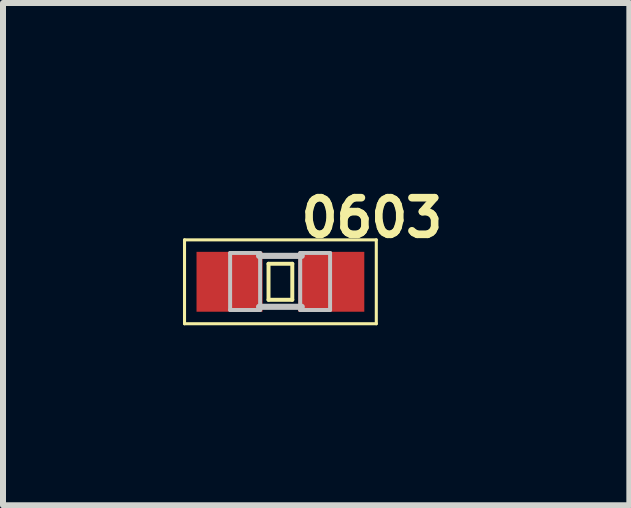
<source format=kicad_pcb>
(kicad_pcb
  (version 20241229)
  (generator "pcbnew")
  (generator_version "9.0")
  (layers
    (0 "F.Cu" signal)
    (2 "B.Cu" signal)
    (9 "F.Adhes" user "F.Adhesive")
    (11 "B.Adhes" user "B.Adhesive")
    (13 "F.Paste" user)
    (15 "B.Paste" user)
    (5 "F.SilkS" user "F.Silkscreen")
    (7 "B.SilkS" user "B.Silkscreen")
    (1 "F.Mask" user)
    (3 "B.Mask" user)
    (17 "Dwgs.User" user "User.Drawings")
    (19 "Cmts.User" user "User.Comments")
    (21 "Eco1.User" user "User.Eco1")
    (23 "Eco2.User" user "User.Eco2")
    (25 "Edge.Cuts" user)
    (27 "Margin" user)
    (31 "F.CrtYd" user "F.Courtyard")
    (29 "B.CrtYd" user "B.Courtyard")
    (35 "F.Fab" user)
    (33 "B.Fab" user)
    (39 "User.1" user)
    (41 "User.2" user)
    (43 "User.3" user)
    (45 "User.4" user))
  (footprint "0603"
    (layer "F.Cu")
    (at 1.623 1.646)
    (property "Reference" "0603" (at 1.524 -1.067 0) (layer "F.SilkS") (effects (font (size 0.61 0.61) (thickness 0.127))))
    (attr smd)
    (fp_line (start -1.598 -0.699) (end 1.598 -0.699) (stroke (width 0.051) (type solid)) (layer "F.SilkS"))
    (fp_line (start -1.598 0.699) (end -1.598 -0.699) (stroke (width 0.051) (type solid)) (layer "F.SilkS"))
    (fp_line (start -0.198 -0.3) (end 0.198 -0.3) (stroke (width 0.066) (type solid)) (layer "F.SilkS"))
    (fp_line (start -0.198 0.3) (end -0.198 -0.3) (stroke (width 0.066) (type solid)) (layer "F.SilkS"))
    (fp_line (start -0.198 0.3) (end 0.198 0.3) (stroke (width 0.066) (type solid)) (layer "F.SilkS"))
    (fp_line (start 0.198 0.3) (end 0.198 -0.3) (stroke (width 0.066) (type solid)) (layer "F.SilkS"))
    (fp_line (start 1.598 -0.699) (end 1.598 0.699) (stroke (width 0.051) (type solid)) (layer "F.SilkS"))
    (fp_line (start 1.598 0.699) (end -1.598 0.699) (stroke (width 0.051) (type solid)) (layer "F.SilkS"))
    (fp_line (start -0.838 -0.48) (end -0.338 -0.48) (stroke (width 0.066) (type solid)) (layer "Dwgs.User"))
    (fp_line (start -0.838 0.47) (end -0.838 -0.48) (stroke (width 0.066) (type solid)) (layer "Dwgs.User"))
    (fp_line (start -0.838 0.47) (end -0.338 0.47) (stroke (width 0.066) (type solid)) (layer "Dwgs.User"))
    (fp_line (start -0.356 -0.432) (end 0.356 -0.432) (stroke (width 0.102) (type solid)) (layer "Dwgs.User"))
    (fp_line (start -0.356 0.417) (end 0.356 0.417) (stroke (width 0.102) (type solid)) (layer "Dwgs.User"))
    (fp_line (start -0.338 0.47) (end -0.338 -0.48) (stroke (width 0.066) (type solid)) (layer "Dwgs.User"))
    (fp_line (start 0.33 -0.48) (end 0.828 -0.48) (stroke (width 0.066) (type solid)) (layer "Dwgs.User"))
    (fp_line (start 0.33 0.47) (end 0.33 -0.48) (stroke (width 0.066) (type solid)) (layer "Dwgs.User"))
    (fp_line (start 0.33 0.47) (end 0.828 0.47) (stroke (width 0.066) (type solid)) (layer "Dwgs.User"))
    (fp_line (start 0.828 0.47) (end 0.828 -0.48) (stroke (width 0.066) (type solid)) (layer "Dwgs.User"))
    (pad "1" smd rect (at -0.848 0) (size 1.1 0.998) (layers "F.Cu" "F.Mask" "F.Paste"))
    (pad "2" smd rect (at 0.848 0) (size 1.1 0.998) (layers "F.Cu" "F.Mask" "F.Paste")))
  (gr_rect
    (start -3 -3)
    (end 7.438 5.37)
    (stroke (width 0.1) (type default))
    (fill no)
    (layer "Edge.Cuts")))
</source>
